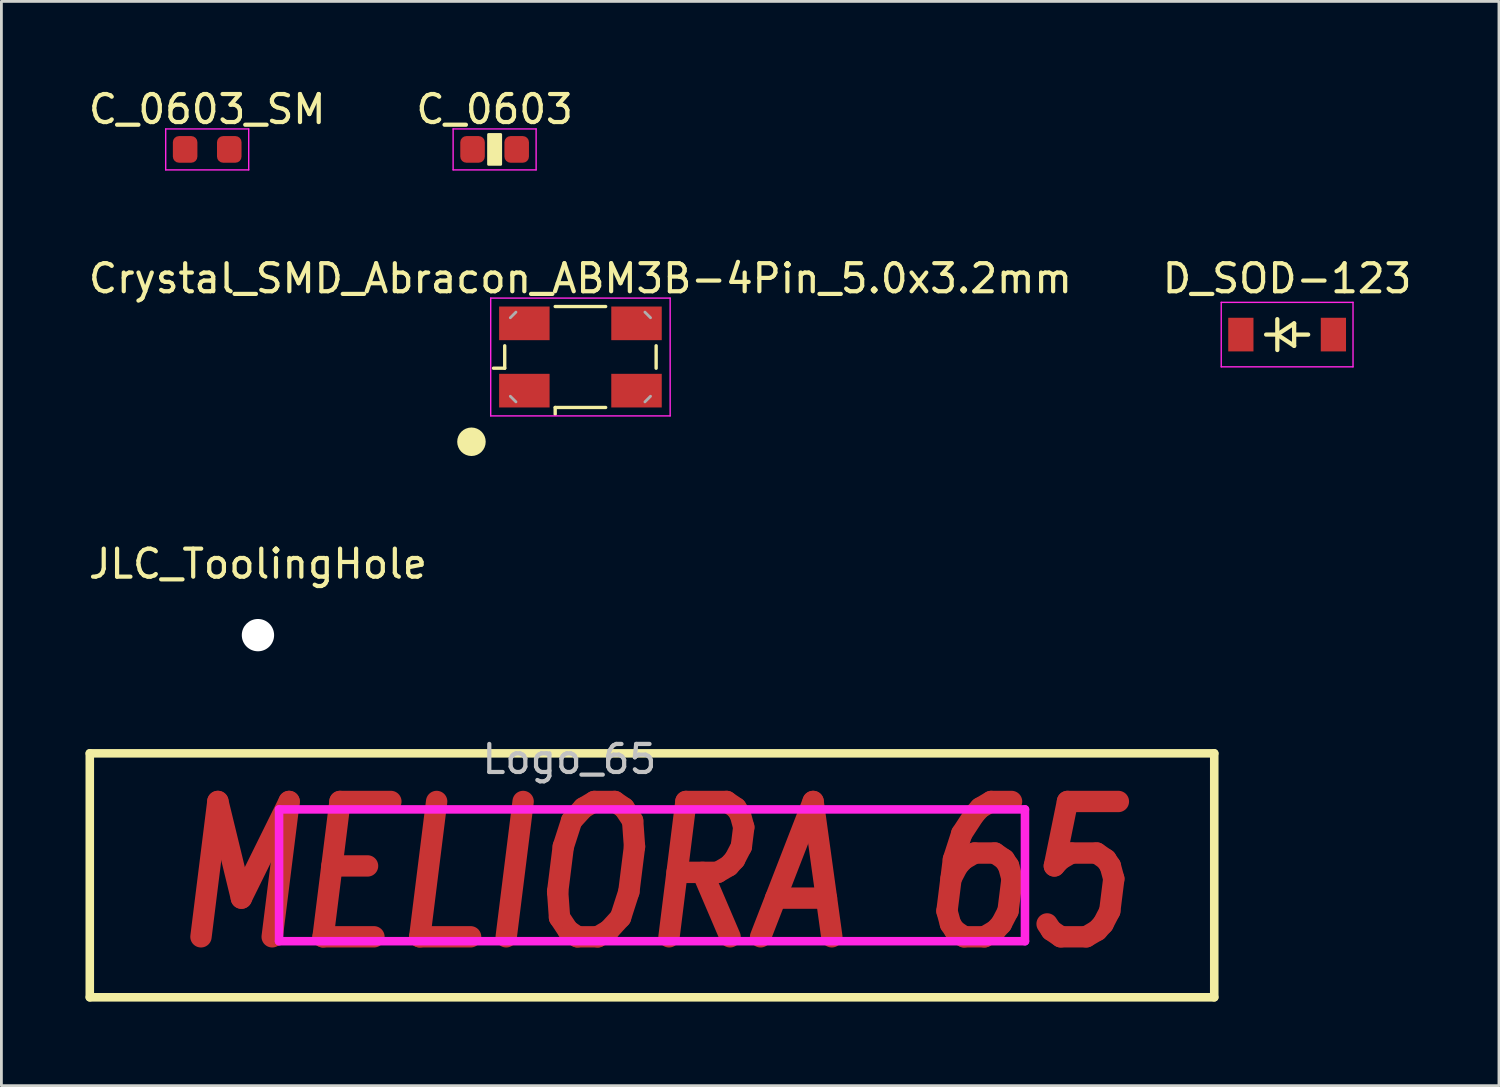
<source format=kicad_pcb>
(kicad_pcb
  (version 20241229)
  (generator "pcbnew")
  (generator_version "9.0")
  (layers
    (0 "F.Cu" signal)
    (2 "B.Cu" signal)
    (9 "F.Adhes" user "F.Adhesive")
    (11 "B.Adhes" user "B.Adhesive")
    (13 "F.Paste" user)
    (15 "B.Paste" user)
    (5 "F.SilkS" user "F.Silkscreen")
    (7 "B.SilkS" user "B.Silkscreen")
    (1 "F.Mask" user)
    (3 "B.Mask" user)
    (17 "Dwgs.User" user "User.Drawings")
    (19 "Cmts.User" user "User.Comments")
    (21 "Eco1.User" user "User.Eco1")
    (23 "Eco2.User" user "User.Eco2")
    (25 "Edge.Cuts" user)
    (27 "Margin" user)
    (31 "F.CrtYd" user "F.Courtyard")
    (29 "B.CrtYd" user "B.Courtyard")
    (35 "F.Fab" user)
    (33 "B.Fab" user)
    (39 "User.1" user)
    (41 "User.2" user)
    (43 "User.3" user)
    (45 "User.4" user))
  (footprint "C_0603_SM"
    (layer "F.Cu")
    (at 4.339 2.278)
    (property "Reference" "C_0603_SM" (at 0 -1.43 0) (layer "F.SilkS") (effects (font (size 1 1) (thickness 0.15))))
    (attr smd)
    (fp_poly (pts (xy -0.216 -0.533) (xy 0.216 -0.533) (xy 0.216 0.533) (xy -0.216 0.533)) (stroke (width 0.1) (type solid)) (fill yes) (layer "F.Mask"))
    (fp_line (start -1.48 -0.73) (end 1.48 -0.73) (stroke (width 0.05) (type solid)) (layer "F.CrtYd"))
    (fp_line (start -1.48 0.73) (end -1.48 -0.73) (stroke (width 0.05) (type solid)) (layer "F.CrtYd"))
    (fp_line (start 1.48 -0.73) (end 1.48 0.73) (stroke (width 0.05) (type solid)) (layer "F.CrtYd"))
    (fp_line (start 1.48 0.73) (end -1.48 0.73) (stroke (width 0.05) (type solid)) (layer "F.CrtYd"))
    (pad "1" smd roundrect (at -0.787 0) (size 0.875 0.95) (layers "F.Cu" "F.Mask" "F.Paste") (roundrect_rratio 0.25))
    (pad "2" smd roundrect (at 0.787 0) (size 0.875 0.95) (layers "F.Cu" "F.Mask" "F.Paste") (roundrect_rratio 0.25)))
  (footprint "Logo_65"
    (layer "F.Cu")
    (at 20.202 28.165)
    (property "Reference" "Logo_65" (at -2.946 -4.14 0) (layer "Dwgs.User") (effects (font (size 1 1) (thickness 0.15))))
    (attr through_hole)
    (fp_poly (pts (xy -19.6 -3.9) (xy 19.6 -3.9) (xy 19.6 3.9) (xy -19.6 3.9)) (stroke (width 0.305) (type solid)) (fill yes) (layer "F.Mask"))
    (fp_poly (pts (xy -19.6 -3.9) (xy 19.6 -3.9) (xy 19.6 3.9) (xy -19.6 3.9)) (stroke (width 0.305) (type solid)) (fill yes) (layer "B.Mask"))
    (fp_line (start -20.05 -4.35) (end 20.05 -4.35) (stroke (width 0.305) (type solid)) (layer "F.SilkS"))
    (fp_line (start -20.05 4.35) (end -20.05 -4.35) (stroke (width 0.305) (type solid)) (layer "F.SilkS"))
    (fp_line (start 20.05 -4.35) (end 20.05 4.35) (stroke (width 0.305) (type solid)) (layer "F.SilkS"))
    (fp_line (start 20.05 4.35) (end -20.05 4.35) (stroke (width 0.305) (type solid)) (layer "F.SilkS"))
    (fp_line (start -13.3 -2.35) (end 13.3 -2.35) (stroke (width 0.305) (type solid)) (layer "F.CrtYd"))
    (fp_line (start -13.3 2.35) (end -13.3 -2.35) (stroke (width 0.305) (type solid)) (layer "F.CrtYd"))
    (fp_line (start 13.3 -2.35) (end 13.3 2.35) (stroke (width 0.305) (type solid)) (layer "F.CrtYd"))
    (fp_line (start 13.3 2.35) (end -13.3 2.35) (stroke (width 0.305) (type solid)) (layer "F.CrtYd"))
    (fp_text user "MELIORA 65" (at 0 0 0) (unlocked yes) (layer "F.Cu") (effects (font (size 4.826 3.81) (thickness 0.762) (italic yes)))))
  (footprint "Crystal_SMD_Abracon_ABM3B-4Pin_5.0x3.2mm"
    (layer "F.Cu")
    (at 17.649 9.681)
    (property "Reference" "Crystal_SMD_Abracon_ABM3B-4Pin_5.0x3.2mm" (at 0 -2.8 0) (unlocked yes) (layer "F.SilkS") (effects (font (size 1 1) (thickness 0.15))))
    (attr smd)
    (fp_line (start -3.1 0.4) (end -2.7 0.4) (stroke (width 0.12) (type solid)) (layer "F.SilkS"))
    (fp_line (start -2.7 0.4) (end -2.7 -0.4) (stroke (width 0.12) (type solid)) (layer "F.SilkS"))
    (fp_line (start -0.9 -1.8) (end 0.9 -1.8) (stroke (width 0.12) (type solid)) (layer "F.SilkS"))
    (fp_line (start -0.9 1.8) (end -0.9 2.04) (stroke (width 0.12) (type solid)) (layer "F.SilkS"))
    (fp_line (start 0.9 1.8) (end -0.9 1.8) (stroke (width 0.12) (type solid)) (layer "F.SilkS"))
    (fp_line (start 2.7 -0.4) (end 2.7 0.4) (stroke (width 0.12) (type solid)) (layer "F.SilkS"))
    (fp_circle (center -3.886 3.023) (end -3.632 3.023) (stroke (width 0.508) (type solid)) (fill no) (layer "F.SilkS"))
    (fp_line (start -3.2 -2.1) (end -3.2 2.1) (stroke (width 0.05) (type solid)) (layer "F.CrtYd"))
    (fp_line (start -3.2 2.1) (end 3.2 2.1) (stroke (width 0.05) (type solid)) (layer "F.CrtYd"))
    (fp_line (start 3.2 -2.1) (end -3.2 -2.1) (stroke (width 0.05) (type solid)) (layer "F.CrtYd"))
    (fp_line (start 3.2 2.1) (end 3.2 -2.1) (stroke (width 0.05) (type solid)) (layer "F.CrtYd"))
    (fp_line (start -2.5 -1.4) (end -2.3 -1.6) (stroke (width 0.1) (type solid)) (layer "F.Fab"))
    (fp_line (start -2.3 1.6) (end -2.5 1.4) (stroke (width 0.1) (type solid)) (layer "F.Fab"))
    (fp_line (start 2.3 -1.6) (end 2.5 -1.4) (stroke (width 0.1) (type solid)) (layer "F.Fab"))
    (fp_line (start 2.5 1.4) (end 2.3 1.6) (stroke (width 0.1) (type solid)) (layer "F.Fab"))
    (pad "1" smd rect (at -2 1.2) (size 1.8 1.2) (layers "F.Cu" "F.Mask" "F.Paste"))
    (pad "2" smd rect (at 2 1.2) (size 1.8 1.2) (layers "F.Cu" "F.Mask" "F.Paste"))
    (pad "3" smd rect (at 2 -1.2) (size 1.8 1.2) (layers "F.Cu" "F.Mask" "F.Paste"))
    (pad "4" smd rect (at -2 -1.2) (size 1.8 1.2) (layers "F.Cu" "F.Mask" "F.Paste")))
  (footprint "JLC_ToolingHole"
    (layer "F.Cu")
    (at 6.149 19.6)
    (property "Reference" "JLC_ToolingHole" (at 0 -2.54 0) (layer "F.SilkS") (effects (font (size 1 1) (thickness 0.15))))
    (attr through_hole)
    (pad "" np_thru_hole circle (at 0 0) (size 1.152 1.152) (drill 1.152) (layers "*.Cu" "*.Mask")))
  (footprint "D_SOD-123"
    (layer "F.Cu")
    (at 42.851 8.882)
    (property "Reference" "D_SOD-123" (at 0 -2 0) (layer "F.SilkS") (effects (font (size 1 1) (thickness 0.15))))
    (attr smd)
    (fp_line (start -0.75 0) (end -0.35 0) (stroke (width 0.15) (type solid)) (layer "F.SilkS"))
    (fp_line (start -0.35 0) (end -0.35 -0.55) (stroke (width 0.152) (type solid)) (layer "F.SilkS"))
    (fp_line (start -0.35 0) (end -0.35 0.55) (stroke (width 0.152) (type solid)) (layer "F.SilkS"))
    (fp_line (start -0.35 0) (end 0.25 -0.4) (stroke (width 0.152) (type solid)) (layer "F.SilkS"))
    (fp_line (start 0.25 -0.4) (end 0.25 0.4) (stroke (width 0.152) (type solid)) (layer "F.SilkS"))
    (fp_line (start 0.25 0) (end 0.75 0) (stroke (width 0.152) (type solid)) (layer "F.SilkS"))
    (fp_line (start 0.25 0.4) (end -0.35 0) (stroke (width 0.152) (type solid)) (layer "F.SilkS"))
    (fp_line (start -2.35 -1.15) (end -2.35 1.15) (stroke (width 0.05) (type solid)) (layer "F.CrtYd"))
    (fp_line (start -2.35 -1.15) (end 2.35 -1.15) (stroke (width 0.05) (type solid)) (layer "F.CrtYd"))
    (fp_line (start 2.35 -1.15) (end 2.35 1.15) (stroke (width 0.05) (type solid)) (layer "F.CrtYd"))
    (fp_line (start 2.35 1.15) (end -2.35 1.15) (stroke (width 0.05) (type solid)) (layer "F.CrtYd"))
    (pad "1" smd rect (at -1.65 0) (size 0.9 1.2) (layers "F.Cu" "F.Mask" "F.Paste"))
    (pad "2" smd rect (at 1.65 0) (size 0.9 1.2) (layers "F.Cu" "F.Mask" "F.Paste")))
  (footprint "C_0603"
    (layer "F.Cu")
    (at 14.589 2.278)
    (property "Reference" "C_0603" (at 0 -1.43 0) (layer "F.SilkS") (effects (font (size 1 1) (thickness 0.15))))
    (attr smd)
    (fp_poly (pts (xy -0.216 -0.533) (xy 0.216 -0.533) (xy 0.216 0.533) (xy -0.216 0.533)) (stroke (width 0.1) (type solid)) (fill yes) (layer "F.SilkS"))
    (fp_line (start -1.48 -0.73) (end 1.48 -0.73) (stroke (width 0.05) (type solid)) (layer "F.CrtYd"))
    (fp_line (start -1.48 0.73) (end -1.48 -0.73) (stroke (width 0.05) (type solid)) (layer "F.CrtYd"))
    (fp_line (start 1.48 -0.73) (end 1.48 0.73) (stroke (width 0.05) (type solid)) (layer "F.CrtYd"))
    (fp_line (start 1.48 0.73) (end -1.48 0.73) (stroke (width 0.05) (type solid)) (layer "F.CrtYd"))
    (pad "1" smd roundrect (at -0.787 0) (size 0.875 0.95) (layers "F.Cu" "F.Mask" "F.Paste") (roundrect_rratio 0.25))
    (pad "2" smd roundrect (at 0.787 0) (size 0.875 0.95) (layers "F.Cu" "F.Mask" "F.Paste") (roundrect_rratio 0.25)))
  (gr_rect
    (start -3 -3)
    (end 50.405 35.667)
    (stroke (width 0.1) (type default))
    (fill no)
    (layer "Edge.Cuts")))
</source>
